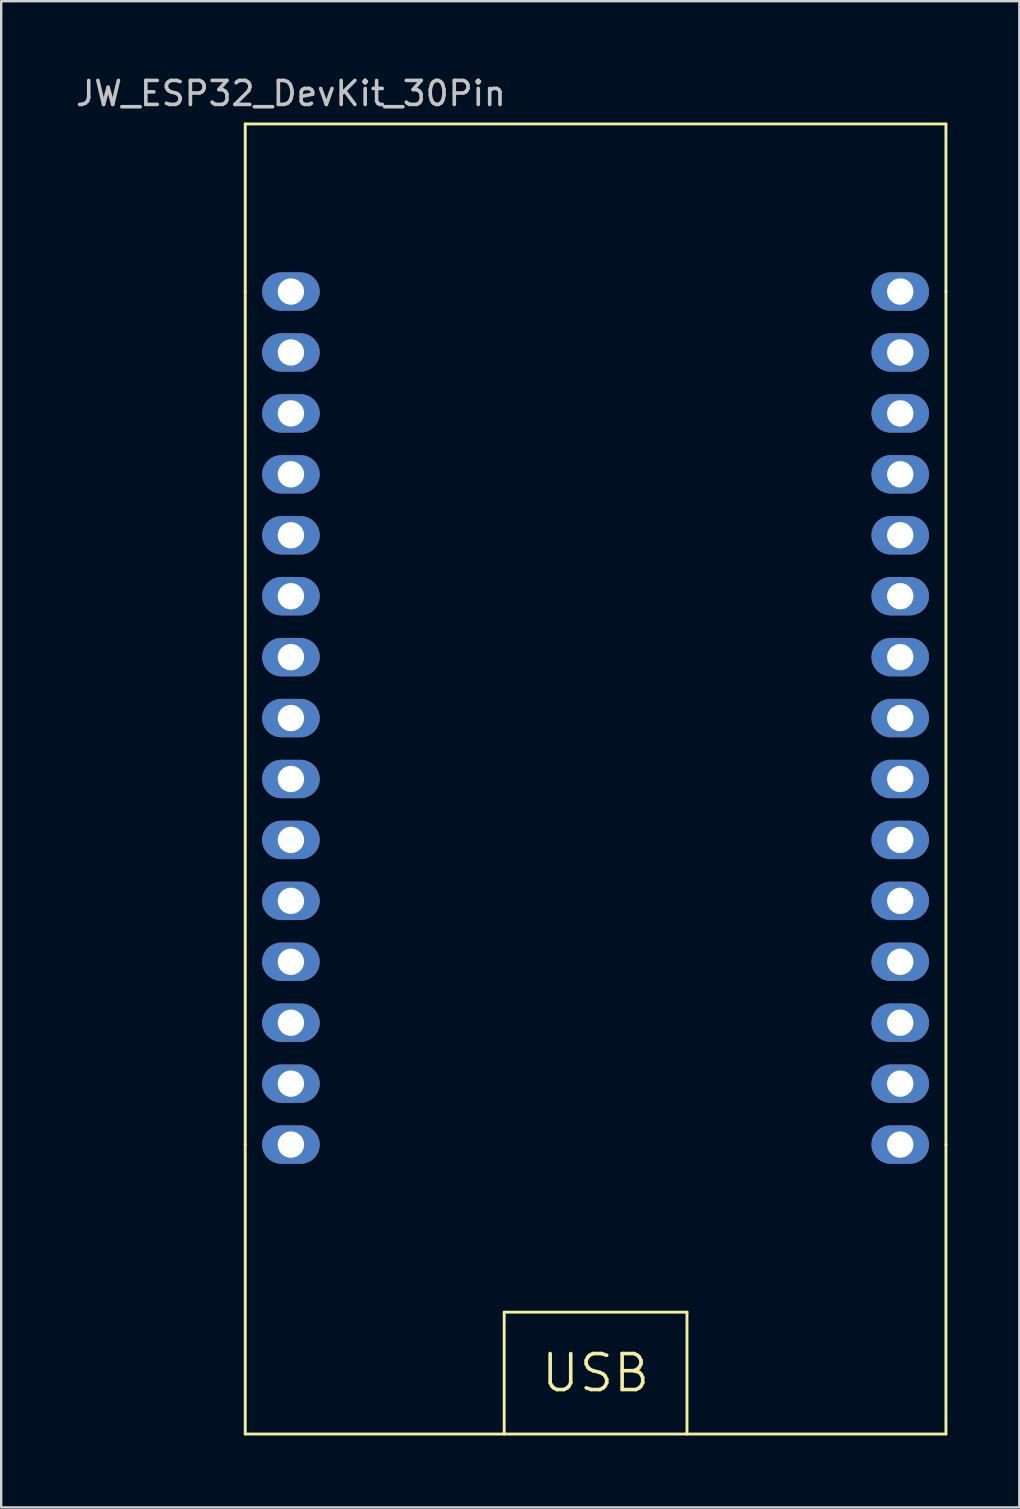
<source format=kicad_pcb>
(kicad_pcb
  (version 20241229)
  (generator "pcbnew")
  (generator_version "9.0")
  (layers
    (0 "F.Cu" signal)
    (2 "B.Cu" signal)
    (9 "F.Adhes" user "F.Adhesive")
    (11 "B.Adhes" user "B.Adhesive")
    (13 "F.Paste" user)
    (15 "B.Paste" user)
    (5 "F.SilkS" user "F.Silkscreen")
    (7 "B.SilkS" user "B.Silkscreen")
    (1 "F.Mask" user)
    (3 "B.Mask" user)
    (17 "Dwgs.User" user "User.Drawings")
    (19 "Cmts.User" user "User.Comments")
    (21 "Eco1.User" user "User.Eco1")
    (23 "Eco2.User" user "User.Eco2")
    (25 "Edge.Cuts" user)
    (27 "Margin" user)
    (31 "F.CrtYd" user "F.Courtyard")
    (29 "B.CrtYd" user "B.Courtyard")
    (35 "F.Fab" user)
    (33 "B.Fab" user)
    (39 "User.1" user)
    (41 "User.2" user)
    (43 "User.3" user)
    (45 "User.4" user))
  (footprint "JW_ESP32_DevKit_30Pin"
    (layer "F.Cu")
    (at 21.777 9.103)
    (property "Reference" "JW_ESP32_DevKit_30Pin" (at -12.7 -8.255 180) (layer "Dwgs.User") (effects (font (size 1 1) (thickness 0.15))))
    (attr through_hole)
    (fp_line (start -14.605 0) (end -14.605 -6.985) (stroke (width 0.12) (type solid)) (layer "F.SilkS"))
    (fp_line (start -14.605 35.56) (end -14.605 0) (stroke (width 0.12) (type solid)) (layer "F.SilkS"))
    (fp_line (start -14.605 35.56) (end -14.605 47.625) (stroke (width 0.12) (type solid)) (layer "F.SilkS"))
    (fp_line (start -3.81 42.545) (end -3.81 47.625) (stroke (width 0.12) (type solid)) (layer "F.SilkS"))
    (fp_line (start 3.81 42.545) (end -3.81 42.545) (stroke (width 0.12) (type solid)) (layer "F.SilkS"))
    (fp_line (start 3.81 47.625) (end 3.81 42.545) (stroke (width 0.12) (type solid)) (layer "F.SilkS"))
    (fp_line (start 14.605 -6.985) (end -14.605 -6.985) (stroke (width 0.12) (type solid)) (layer "F.SilkS"))
    (fp_line (start 14.605 0) (end 14.605 -6.985) (stroke (width 0.12) (type solid)) (layer "F.SilkS"))
    (fp_line (start 14.605 0) (end 14.605 35.56) (stroke (width 0.12) (type solid)) (layer "F.SilkS"))
    (fp_line (start 14.605 35.56) (end 14.605 47.625) (stroke (width 0.12) (type solid)) (layer "F.SilkS"))
    (fp_line (start 14.605 47.625) (end -14.605 47.625) (stroke (width 0.12) (type solid)) (layer "F.SilkS"))
    (fp_text user "USB" (at 0 45.085 180) (layer "F.SilkS") (effects (font (size 1.5 1.5) (thickness 0.15))))
    (pad "1" thru_hole oval (at -12.7 0) (size 2.4 1.6) (drill 1.1) (layers "*.Cu" "*.Mask"))
    (pad "2" thru_hole oval (at -12.7 2.54) (size 2.4 1.6) (drill 1.1) (layers "*.Cu" "*.Mask"))
    (pad "3" thru_hole oval (at -12.7 5.08) (size 2.4 1.6) (drill 1.1) (layers "*.Cu" "*.Mask"))
    (pad "4" thru_hole oval (at -12.7 7.62) (size 2.4 1.6) (drill 1.1) (layers "*.Cu" "*.Mask"))
    (pad "5" thru_hole oval (at -12.7 10.16) (size 2.4 1.6) (drill 1.1) (layers "*.Cu" "*.Mask"))
    (pad "6" thru_hole oval (at -12.7 12.7) (size 2.4 1.6) (drill 1.1) (layers "*.Cu" "*.Mask"))
    (pad "7" thru_hole oval (at -12.7 15.24) (size 2.4 1.6) (drill 1.1) (layers "*.Cu" "*.Mask"))
    (pad "8" thru_hole oval (at -12.7 17.78) (size 2.4 1.6) (drill 1.1) (layers "*.Cu" "*.Mask"))
    (pad "9" thru_hole oval (at -12.7 20.32) (size 2.4 1.6) (drill 1.1) (layers "*.Cu" "*.Mask"))
    (pad "10" thru_hole oval (at -12.7 22.86) (size 2.4 1.6) (drill 1.1) (layers "*.Cu" "*.Mask"))
    (pad "11" thru_hole oval (at -12.7 25.4) (size 2.4 1.6) (drill 1.1) (layers "*.Cu" "*.Mask"))
    (pad "12" thru_hole oval (at -12.7 27.94) (size 2.4 1.6) (drill 1.1) (layers "*.Cu" "*.Mask"))
    (pad "13" thru_hole oval (at -12.7 30.48) (size 2.4 1.6) (drill 1.1) (layers "*.Cu" "*.Mask"))
    (pad "14" thru_hole oval (at -12.7 33.02) (size 2.4 1.6) (drill 1.1) (layers "*.Cu" "*.Mask"))
    (pad "15" thru_hole oval (at -12.7 35.56) (size 2.4 1.6) (drill 1.1) (layers "*.Cu" "*.Mask"))
    (pad "16" thru_hole oval (at 12.7 35.56) (size 2.4 1.6) (drill 1.1) (layers "*.Cu" "*.Mask"))
    (pad "17" thru_hole oval (at 12.7 33.02) (size 2.4 1.6) (drill 1.1) (layers "*.Cu" "*.Mask"))
    (pad "18" thru_hole oval (at 12.7 30.48) (size 2.4 1.6) (drill 1.1) (layers "*.Cu" "*.Mask"))
    (pad "19" thru_hole oval (at 12.7 27.94) (size 2.4 1.6) (drill 1.1) (layers "*.Cu" "*.Mask"))
    (pad "20" thru_hole oval (at 12.7 25.4) (size 2.4 1.6) (drill 1.1) (layers "*.Cu" "*.Mask"))
    (pad "21" thru_hole oval (at 12.7 22.86) (size 2.4 1.6) (drill 1.1) (layers "*.Cu" "*.Mask"))
    (pad "22" thru_hole oval (at 12.7 20.32) (size 2.4 1.6) (drill 1.1) (layers "*.Cu" "*.Mask"))
    (pad "23" thru_hole oval (at 12.7 17.78) (size 2.4 1.6) (drill 1.1) (layers "*.Cu" "*.Mask"))
    (pad "24" thru_hole oval (at 12.7 15.24) (size 2.4 1.6) (drill 1.1) (layers "*.Cu" "*.Mask"))
    (pad "25" thru_hole oval (at 12.7 12.7) (size 2.4 1.6) (drill 1.1) (layers "*.Cu" "*.Mask"))
    (pad "26" thru_hole oval (at 12.7 10.16) (size 2.4 1.6) (drill 1.1) (layers "*.Cu" "*.Mask"))
    (pad "27" thru_hole oval (at 12.7 7.62) (size 2.4 1.6) (drill 1.1) (layers "*.Cu" "*.Mask"))
    (pad "28" thru_hole oval (at 12.7 5.08) (size 2.4 1.6) (drill 1.1) (layers "*.Cu" "*.Mask"))
    (pad "29" thru_hole oval (at 12.7 2.54) (size 2.4 1.6) (drill 1.1) (layers "*.Cu" "*.Mask"))
    (pad "30" thru_hole oval (at 12.7 0) (size 2.4 1.6) (drill 1.1) (layers "*.Cu" "*.Mask")))
  (gr_rect
    (start -3 -3)
    (end 39.442 59.788)
    (stroke (width 0.1) (type default))
    (fill no)
    (layer "Edge.Cuts")))
</source>
